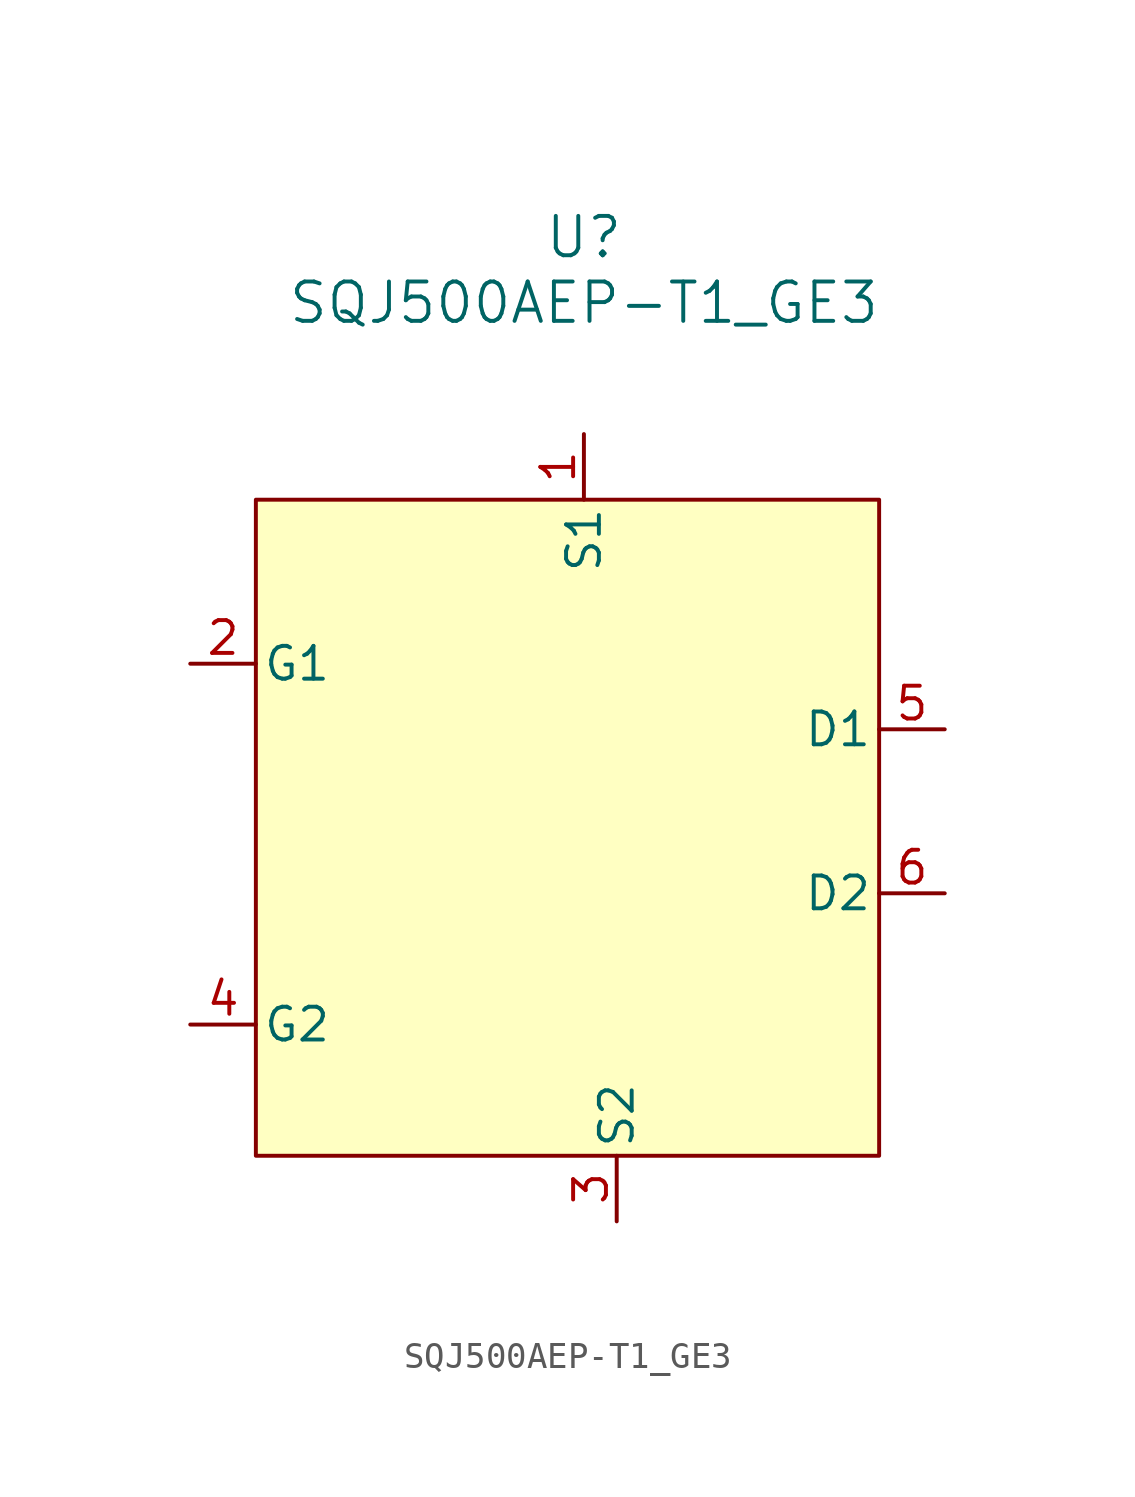
<source format=kicad_sym>
(kicad_symbol_lib
  (version 20231120)
  (generator "kicad_symbol_editor")
  (generator_version "8.0")
  (symbol "SQJ500AEP-T1_GE3"
    (pin_names
      (offset 0.254))
    (property "Reference" "U"
      (at 20.32 12.7 0)
      (effects (font (size 1.524 1.524))))
    (property "Value" "SQJ500AEP-T1_GE3"
      (at 20.32 10.16 0)
      (effects (font (size 1.524 1.524))))
    (symbol "SQJ500AEP-T1_GE3_1_1"
      (rectangle (start 7.62 2.54) (end 31.75 -22.86) (stroke (width 0) (type default)) (fill (type background)))
      (pin input line (at 20.32 5.08 270) (length 2.54) (name "S1" (effects (font (size 1.27 1.27)))) (number "1" (effects (font (size 1.27 1.27)))))
      (pin input line (at 5.08 -3.81 0) (length 2.54) (name "G1" (effects (font (size 1.27 1.27)))) (number "2" (effects (font (size 1.27 1.27)))))
      (pin input line (at 21.59 -25.4 90) (length 2.54) (name "S2" (effects (font (size 1.27 1.27)))) (number "3" (effects (font (size 1.27 1.27)))))
      (pin input line (at 5.08 -17.78 0) (length 2.54) (name "G2" (effects (font (size 1.27 1.27)))) (number "4" (effects (font (size 1.27 1.27)))))
      (pin input line (at 34.29 -6.35 180) (length 2.54) (name "D1" (effects (font (size 1.27 1.27)))) (number "5" (effects (font (size 1.27 1.27)))))
      (pin input line (at 34.29 -12.7 180) (length 2.54) (name "D2" (effects (font (size 1.27 1.27)))) (number "6" (effects (font (size 1.27 1.27))))))))
</source>
